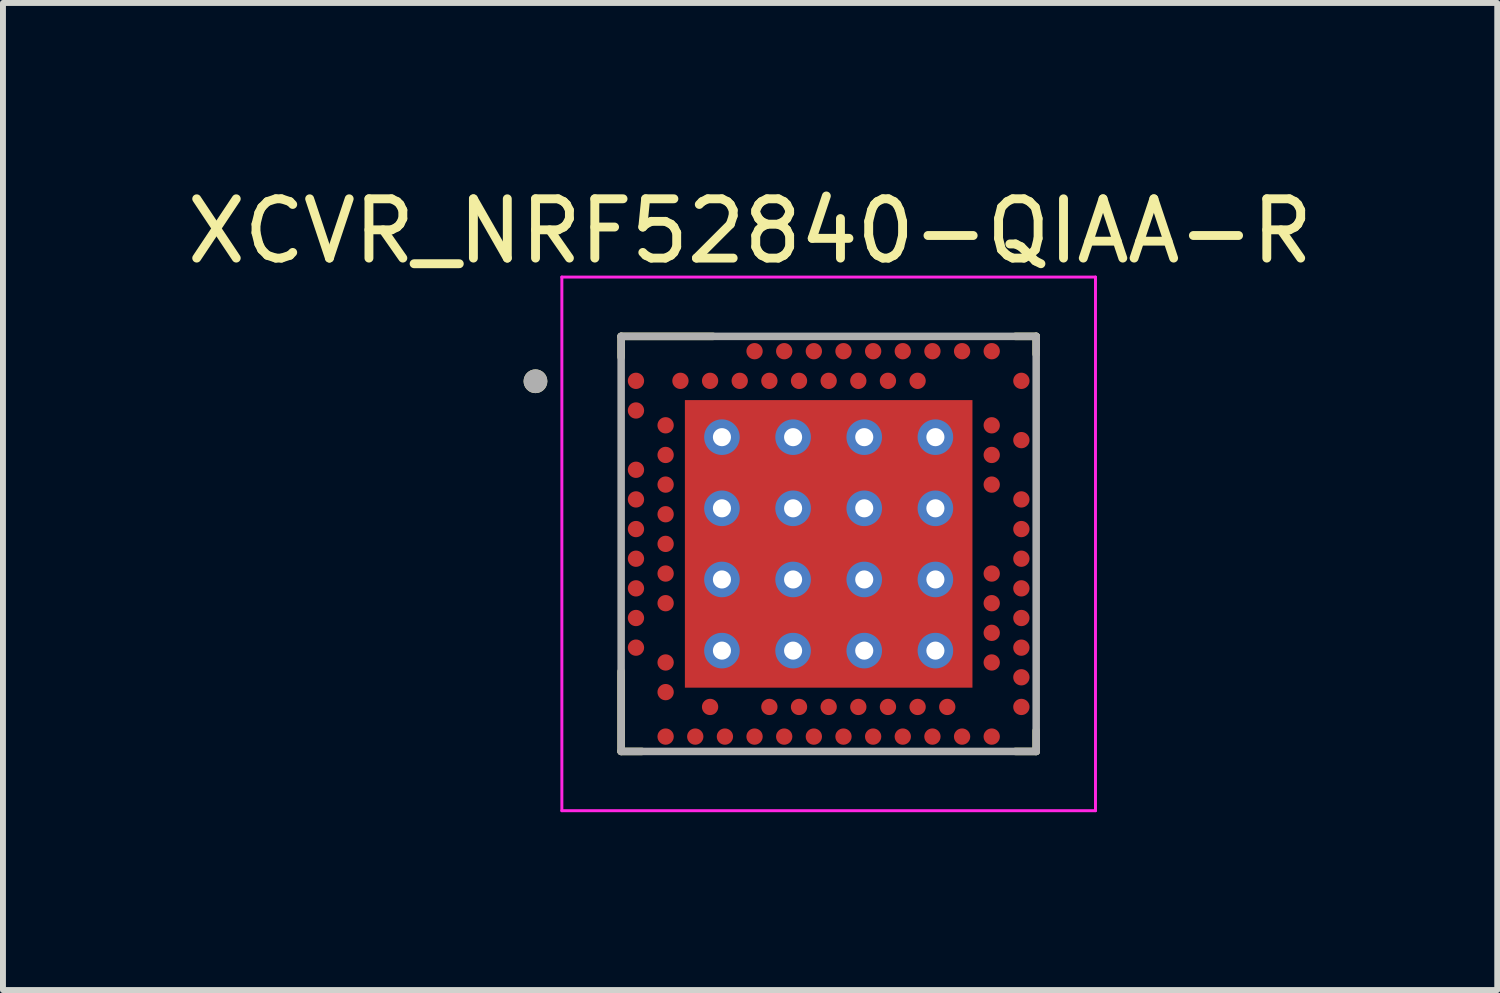
<source format=kicad_pcb>
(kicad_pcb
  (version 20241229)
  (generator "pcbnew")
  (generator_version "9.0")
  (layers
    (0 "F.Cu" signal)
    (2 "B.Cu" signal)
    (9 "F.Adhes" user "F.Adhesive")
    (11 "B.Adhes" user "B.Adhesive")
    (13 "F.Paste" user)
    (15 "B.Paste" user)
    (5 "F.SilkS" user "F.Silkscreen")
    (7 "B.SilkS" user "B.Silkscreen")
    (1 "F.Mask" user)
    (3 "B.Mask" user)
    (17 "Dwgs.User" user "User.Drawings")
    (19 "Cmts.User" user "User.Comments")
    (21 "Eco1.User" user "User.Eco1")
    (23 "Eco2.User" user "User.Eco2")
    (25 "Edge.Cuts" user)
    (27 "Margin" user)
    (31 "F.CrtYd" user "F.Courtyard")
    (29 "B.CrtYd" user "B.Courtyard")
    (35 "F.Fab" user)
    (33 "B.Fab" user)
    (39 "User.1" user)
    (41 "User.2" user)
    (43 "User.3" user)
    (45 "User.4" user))
  (footprint "XCVR_NRF52840-QIAA-R"
    (layer "F.Cu")
    (at 10.926 6.123)
    (property "Reference" "XCVR_NRF52840-QIAA-R" (at -1.325 -5.275 0) (layer "F.SilkS") (effects (font (size 1 1) (thickness 0.15))))
    (attr smd allow_soldermask_bridges)
    (fp_line (start -3.5 -3.5) (end -1.95 -3.5) (stroke (width 0.127) (type solid)) (layer "F.SilkS"))
    (fp_line (start -3.5 -3.15) (end -3.5 -3.5) (stroke (width 0.127) (type solid)) (layer "F.SilkS"))
    (fp_line (start -3.5 3.5) (end -3.5 2.15) (stroke (width 0.127) (type solid)) (layer "F.SilkS"))
    (fp_line (start -3.15 3.5) (end -3.5 3.5) (stroke (width 0.127) (type solid)) (layer "F.SilkS"))
    (fp_line (start 3.15 -3.5) (end 3.5 -3.5) (stroke (width 0.127) (type solid)) (layer "F.SilkS"))
    (fp_line (start 3.5 -3.5) (end 3.5 -3.2) (stroke (width 0.127) (type solid)) (layer "F.SilkS"))
    (fp_line (start 3.5 3.15) (end 3.5 3.5) (stroke (width 0.127) (type solid)) (layer "F.SilkS"))
    (fp_line (start 3.5 3.5) (end 3.15 3.5) (stroke (width 0.127) (type solid)) (layer "F.SilkS"))
    (fp_circle (center -4.945 -2.743) (end -4.845 -2.743) (stroke (width 0.2) (type solid)) (fill no) (layer "F.SilkS"))
    (fp_poly (pts (xy -2.075 -2.075) (xy -0.355 -2.075) (xy -0.355 -0.355) (xy -2.075 -0.355)) (stroke (width 0.01) (type solid)) (fill yes) (layer "F.Paste"))
    (fp_poly (pts (xy -2.075 0.355) (xy -0.355 0.355) (xy -0.355 2.075) (xy -2.075 2.075)) (stroke (width 0.01) (type solid)) (fill yes) (layer "F.Paste"))
    (fp_poly (pts (xy 0.355 -2.075) (xy 2.075 -2.075) (xy 2.075 -0.355) (xy 0.355 -0.355)) (stroke (width 0.01) (type solid)) (fill yes) (layer "F.Paste"))
    (fp_poly (pts (xy 0.355 0.355) (xy 2.075 0.355) (xy 2.075 2.075) (xy 0.355 2.075)) (stroke (width 0.01) (type solid)) (fill yes) (layer "F.Paste"))
    (fp_line (start -4.5 -4.5) (end -4.5 4.5) (stroke (width 0.05) (type solid)) (layer "F.CrtYd"))
    (fp_line (start -4.5 4.5) (end 4.5 4.5) (stroke (width 0.05) (type solid)) (layer "F.CrtYd"))
    (fp_line (start 4.5 -4.5) (end -4.5 -4.5) (stroke (width 0.05) (type solid)) (layer "F.CrtYd"))
    (fp_line (start 4.5 4.5) (end 4.5 -4.5) (stroke (width 0.05) (type solid)) (layer "F.CrtYd"))
    (fp_line (start -3.5 -3.5) (end 3.5 -3.5) (stroke (width 0.127) (type solid)) (layer "F.Fab"))
    (fp_line (start -3.5 3.5) (end -3.5 -3.5) (stroke (width 0.127) (type solid)) (layer "F.Fab"))
    (fp_line (start 3.5 -3.5) (end 3.5 3.5) (stroke (width 0.127) (type solid)) (layer "F.Fab"))
    (fp_line (start 3.5 3.5) (end -3.5 3.5) (stroke (width 0.127) (type solid)) (layer "F.Fab"))
    (fp_circle (center -4.945 -2.743) (end -4.845 -2.743) (stroke (width 0.2) (type solid)) (fill no) (layer "F.Fab"))
    (pad "74" thru_hole circle (at -1.8 -1.8) (size 0.6 0.6) (drill 0.305) (layers "*.Cu"))
    (pad "74" thru_hole circle (at -1.8 -0.6) (size 0.6 0.6) (drill 0.305) (layers "*.Cu"))
    (pad "74" thru_hole circle (at -1.8 0.6) (size 0.6 0.6) (drill 0.305) (layers "*.Cu"))
    (pad "74" thru_hole circle (at -1.8 1.8) (size 0.6 0.6) (drill 0.305) (layers "*.Cu"))
    (pad "74" thru_hole circle (at -0.6 -1.8) (size 0.6 0.6) (drill 0.305) (layers "*.Cu"))
    (pad "74" thru_hole circle (at -0.6 -0.6) (size 0.6 0.6) (drill 0.305) (layers "*.Cu"))
    (pad "74" thru_hole circle (at -0.6 0.6) (size 0.6 0.6) (drill 0.305) (layers "*.Cu"))
    (pad "74" thru_hole circle (at -0.6 1.8) (size 0.6 0.6) (drill 0.305) (layers "*.Cu"))
    (pad "74" smd rect (at 0 0) (size 4.85 4.85) (layers "F.Cu" "F.Mask"))
    (pad "74" thru_hole circle (at 0.6 -1.8) (size 0.6 0.6) (drill 0.305) (layers "*.Cu"))
    (pad "74" thru_hole circle (at 0.6 -0.6) (size 0.6 0.6) (drill 0.305) (layers "*.Cu"))
    (pad "74" thru_hole circle (at 0.6 0.6) (size 0.6 0.6) (drill 0.305) (layers "*.Cu"))
    (pad "74" thru_hole circle (at 0.6 1.8) (size 0.6 0.6) (drill 0.305) (layers "*.Cu"))
    (pad "74" thru_hole circle (at 1.8 -1.8) (size 0.6 0.6) (drill 0.305) (layers "*.Cu"))
    (pad "74" thru_hole circle (at 1.8 -0.6) (size 0.6 0.6) (drill 0.305) (layers "*.Cu"))
    (pad "74" thru_hole circle (at 1.8 0.6) (size 0.6 0.6) (drill 0.305) (layers "*.Cu"))
    (pad "74" thru_hole circle (at 1.8 1.8) (size 0.6 0.6) (drill 0.305) (layers "*.Cu"))
    (pad "A8" smd circle (at -1.25 -3.25) (size 0.275 0.275) (layers "F.Cu" "F.Mask" "F.Paste"))
    (pad "A10" smd circle (at -0.75 -3.25) (size 0.275 0.275) (layers "F.Cu" "F.Mask" "F.Paste"))
    (pad "A12" smd circle (at -0.25 -3.25) (size 0.275 0.275) (layers "F.Cu" "F.Mask" "F.Paste"))
    (pad "A14" smd circle (at 0.25 -3.25) (size 0.275 0.275) (layers "F.Cu" "F.Mask" "F.Paste"))
    (pad "A16" smd circle (at 0.75 -3.25) (size 0.275 0.275) (layers "F.Cu" "F.Mask" "F.Paste"))
    (pad "A18" smd circle (at 1.25 -3.25) (size 0.275 0.275) (layers "F.Cu" "F.Mask" "F.Paste"))
    (pad "A20" smd circle (at 1.75 -3.25) (size 0.275 0.275) (layers "F.Cu" "F.Mask" "F.Paste"))
    (pad "A22" smd circle (at 2.25 -3.25) (size 0.275 0.275) (layers "F.Cu" "F.Mask" "F.Paste"))
    (pad "A23" smd circle (at 2.75 -3.25) (size 0.275 0.275) (layers "F.Cu" "F.Mask" "F.Paste"))
    (pad "AA24" smd circle (at 3.25 2.25) (size 0.275 0.275) (layers "F.Cu" "F.Mask" "F.Paste"))
    (pad "AB2" smd circle (at -2.75 2.5) (size 0.275 0.275) (layers "F.Cu" "F.Mask" "F.Paste"))
    (pad "AC5" smd circle (at -2 2.75) (size 0.275 0.275) (layers "F.Cu" "F.Mask" "F.Paste"))
    (pad "AC9" smd circle (at -1 2.75) (size 0.275 0.275) (layers "F.Cu" "F.Mask" "F.Paste"))
    (pad "AC11" smd circle (at -0.5 2.75) (size 0.275 0.275) (layers "F.Cu" "F.Mask" "F.Paste"))
    (pad "AC13" smd circle (at 0 2.75) (size 0.275 0.275) (layers "F.Cu" "F.Mask" "F.Paste"))
    (pad "AC15" smd circle (at 0.5 2.75) (size 0.275 0.275) (layers "F.Cu" "F.Mask" "F.Paste"))
    (pad "AC17" smd circle (at 1 2.75) (size 0.275 0.275) (layers "F.Cu" "F.Mask" "F.Paste"))
    (pad "AC19" smd circle (at 1.5 2.75) (size 0.275 0.275) (layers "F.Cu" "F.Mask" "F.Paste"))
    (pad "AC21" smd circle (at 2 2.75) (size 0.275 0.275) (layers "F.Cu" "F.Mask" "F.Paste"))
    (pad "AC24" smd circle (at 3.25 2.75) (size 0.275 0.275) (layers "F.Cu" "F.Mask" "F.Paste"))
    (pad "AD2" smd circle (at -2.75 3.25) (size 0.275 0.275) (layers "F.Cu" "F.Mask" "F.Paste"))
    (pad "AD4" smd circle (at -2.25 3.25) (size 0.275 0.275) (layers "F.Cu" "F.Mask" "F.Paste"))
    (pad "AD6" smd circle (at -1.75 3.25) (size 0.275 0.275) (layers "F.Cu" "F.Mask" "F.Paste"))
    (pad "AD8" smd circle (at -1.25 3.25) (size 0.275 0.275) (layers "F.Cu" "F.Mask" "F.Paste"))
    (pad "AD10" smd circle (at -0.75 3.25) (size 0.275 0.275) (layers "F.Cu" "F.Mask" "F.Paste"))
    (pad "AD12" smd circle (at -0.25 3.25) (size 0.275 0.275) (layers "F.Cu" "F.Mask" "F.Paste"))
    (pad "AD14" smd circle (at 0.25 3.25) (size 0.275 0.275) (layers "F.Cu" "F.Mask" "F.Paste"))
    (pad "AD16" smd circle (at 0.75 3.25) (size 0.275 0.275) (layers "F.Cu" "F.Mask" "F.Paste"))
    (pad "AD18" smd circle (at 1.25 3.25) (size 0.275 0.275) (layers "F.Cu" "F.Mask" "F.Paste"))
    (pad "AD20" smd circle (at 1.75 3.25) (size 0.275 0.275) (layers "F.Cu" "F.Mask" "F.Paste"))
    (pad "AD22" smd circle (at 2.25 3.25) (size 0.275 0.275) (layers "F.Cu" "F.Mask" "F.Paste"))
    (pad "AD23" smd circle (at 2.75 3.25) (size 0.275 0.275) (layers "F.Cu" "F.Mask" "F.Paste"))
    (pad "B1" smd circle (at -3.25 -2.75) (size 0.275 0.275) (layers "F.Cu" "F.Mask" "F.Paste"))
    (pad "B3" smd circle (at -2.5 -2.75) (size 0.275 0.275) (layers "F.Cu" "F.Mask" "F.Paste"))
    (pad "B5" smd circle (at -2 -2.75) (size 0.275 0.275) (layers "F.Cu" "F.Mask" "F.Paste"))
    (pad "B7" smd circle (at -1.5 -2.75) (size 0.275 0.275) (layers "F.Cu" "F.Mask" "F.Paste"))
    (pad "B9" smd circle (at -1 -2.75) (size 0.275 0.275) (layers "F.Cu" "F.Mask" "F.Paste"))
    (pad "B11" smd circle (at -0.5 -2.75) (size 0.275 0.275) (layers "F.Cu" "F.Mask" "F.Paste"))
    (pad "B13" smd circle (at 0 -2.75) (size 0.275 0.275) (layers "F.Cu" "F.Mask" "F.Paste"))
    (pad "B15" smd circle (at 0.5 -2.75) (size 0.275 0.275) (layers "F.Cu" "F.Mask" "F.Paste"))
    (pad "B17" smd circle (at 1 -2.75) (size 0.275 0.275) (layers "F.Cu" "F.Mask" "F.Paste"))
    (pad "B19" smd circle (at 1.5 -2.75) (size 0.275 0.275) (layers "F.Cu" "F.Mask" "F.Paste"))
    (pad "B24" smd circle (at 3.25 -2.75) (size 0.275 0.275) (layers "F.Cu" "F.Mask" "F.Paste"))
    (pad "C1" smd circle (at -3.25 -2.25) (size 0.275 0.275) (layers "F.Cu" "F.Mask" "F.Paste"))
    (pad "D2" smd circle (at -2.75 -2) (size 0.275 0.275) (layers "F.Cu" "F.Mask" "F.Paste"))
    (pad "D23" smd circle (at 2.75 -2) (size 0.275 0.275) (layers "F.Cu" "F.Mask" "F.Paste"))
    (pad "E24" smd circle (at 3.25 -1.75) (size 0.275 0.275) (layers "F.Cu" "F.Mask" "F.Paste"))
    (pad "F2" smd circle (at -2.75 -1.5) (size 0.275 0.275) (layers "F.Cu" "F.Mask" "F.Paste"))
    (pad "F23" smd circle (at 2.75 -1.5) (size 0.275 0.275) (layers "F.Cu" "F.Mask" "F.Paste"))
    (pad "G1" smd circle (at -3.25 -1.25) (size 0.275 0.275) (layers "F.Cu" "F.Mask" "F.Paste"))
    (pad "H2" smd circle (at -2.75 -1) (size 0.275 0.275) (layers "F.Cu" "F.Mask" "F.Paste"))
    (pad "H23" smd circle (at 2.75 -1) (size 0.275 0.275) (layers "F.Cu" "F.Mask" "F.Paste"))
    (pad "J1" smd circle (at -3.25 -0.75) (size 0.275 0.275) (layers "F.Cu" "F.Mask" "F.Paste"))
    (pad "J24" smd circle (at 3.25 -0.75) (size 0.275 0.275) (layers "F.Cu" "F.Mask" "F.Paste"))
    (pad "K2" smd circle (at -2.75 -0.5) (size 0.275 0.275) (layers "F.Cu" "F.Mask" "F.Paste"))
    (pad "L1" smd circle (at -3.25 -0.25) (size 0.275 0.275) (layers "F.Cu" "F.Mask" "F.Paste"))
    (pad "L24" smd circle (at 3.25 -0.25) (size 0.275 0.275) (layers "F.Cu" "F.Mask" "F.Paste"))
    (pad "M2" smd circle (at -2.75 0) (size 0.275 0.275) (layers "F.Cu" "F.Mask" "F.Paste"))
    (pad "N1" smd circle (at -3.25 0.25) (size 0.275 0.275) (layers "F.Cu" "F.Mask" "F.Paste"))
    (pad "N24" smd circle (at 3.25 0.25) (size 0.275 0.275) (layers "F.Cu" "F.Mask" "F.Paste"))
    (pad "P2" smd circle (at -2.75 0.5) (size 0.275 0.275) (layers "F.Cu" "F.Mask" "F.Paste"))
    (pad "P23" smd circle (at 2.75 0.5) (size 0.275 0.275) (layers "F.Cu" "F.Mask" "F.Paste"))
    (pad "R1" smd circle (at -3.25 0.75) (size 0.275 0.275) (layers "F.Cu" "F.Mask" "F.Paste"))
    (pad "R24" smd circle (at 3.25 0.75) (size 0.275 0.275) (layers "F.Cu" "F.Mask" "F.Paste"))
    (pad "T2" smd circle (at -2.75 1) (size 0.275 0.275) (layers "F.Cu" "F.Mask" "F.Paste"))
    (pad "T23" smd circle (at 2.75 1) (size 0.275 0.275) (layers "F.Cu" "F.Mask" "F.Paste"))
    (pad "U1" smd circle (at -3.25 1.25) (size 0.275 0.275) (layers "F.Cu" "F.Mask" "F.Paste"))
    (pad "U24" smd circle (at 3.25 1.25) (size 0.275 0.275) (layers "F.Cu" "F.Mask" "F.Paste"))
    (pad "V23" smd circle (at 2.75 1.5) (size 0.275 0.275) (layers "F.Cu" "F.Mask" "F.Paste"))
    (pad "W1" smd circle (at -3.25 1.75) (size 0.275 0.275) (layers "F.Cu" "F.Mask" "F.Paste"))
    (pad "W24" smd circle (at 3.25 1.75) (size 0.275 0.275) (layers "F.Cu" "F.Mask" "F.Paste"))
    (pad "Y2" smd circle (at -2.75 2) (size 0.275 0.275) (layers "F.Cu" "F.Mask" "F.Paste"))
    (pad "Y23" smd circle (at 2.75 2) (size 0.275 0.275) (layers "F.Cu" "F.Mask" "F.Paste")))
  (gr_rect
    (start -3 -3)
    (end 22.202 13.648)
    (stroke (width 0.1) (type default))
    (fill no)
    (layer "Edge.Cuts")))
</source>
